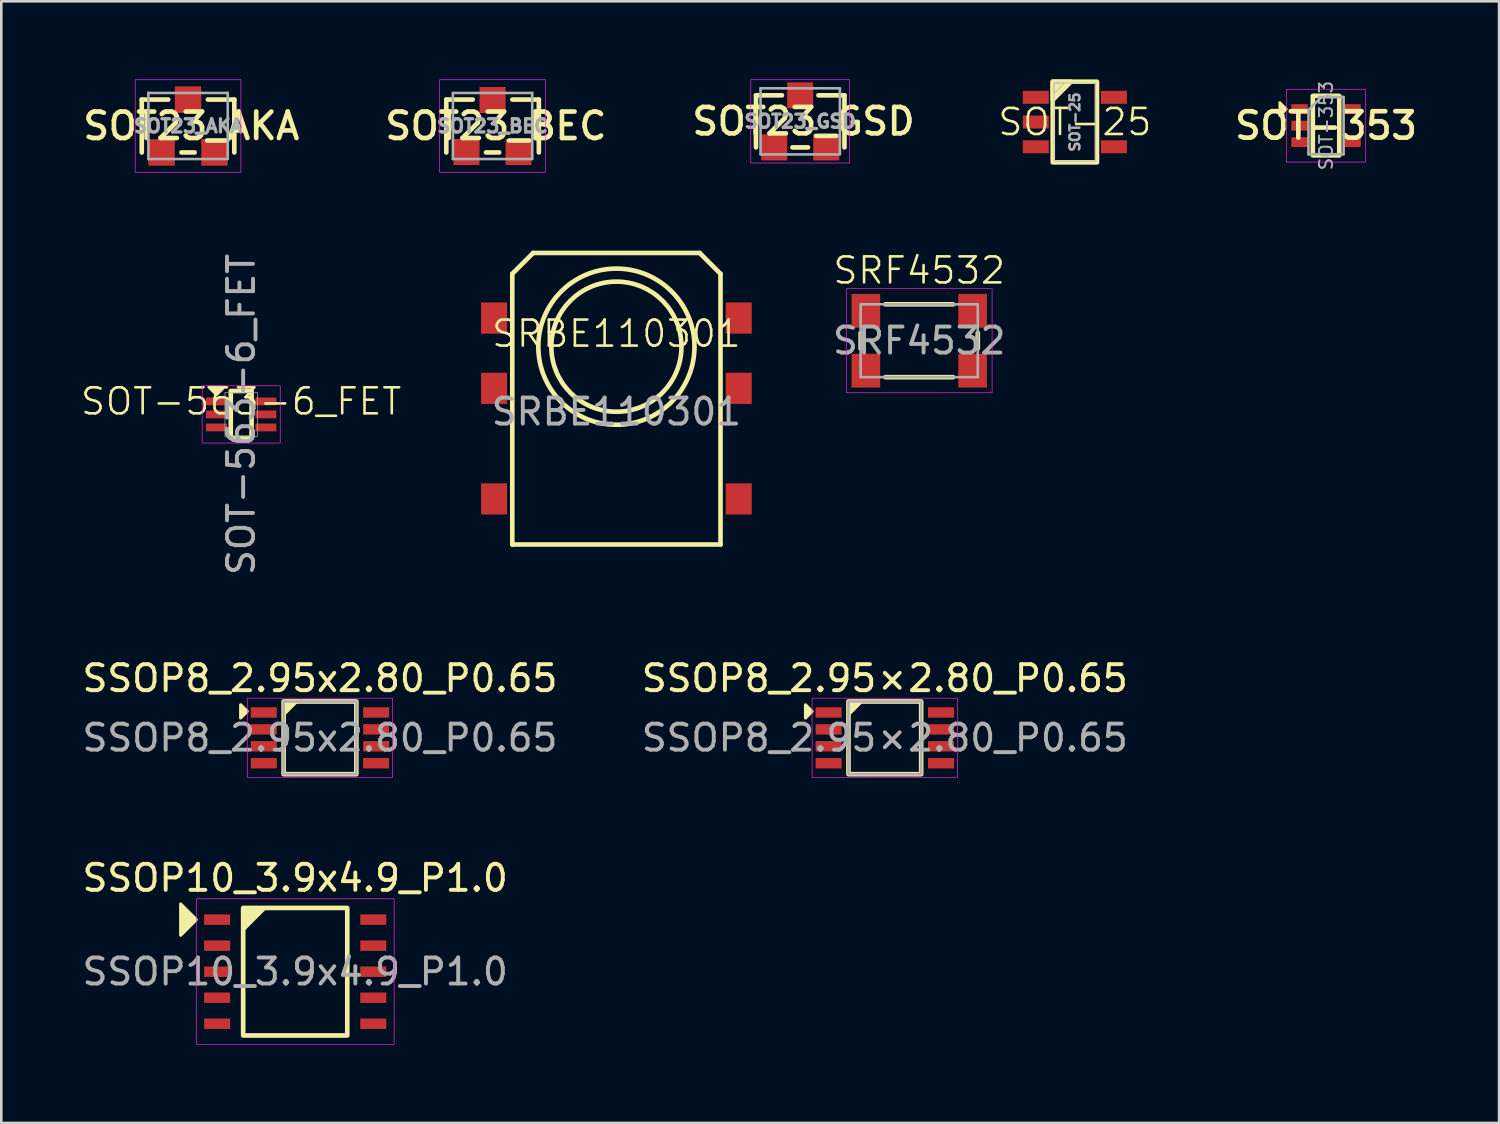
<source format=kicad_pcb>
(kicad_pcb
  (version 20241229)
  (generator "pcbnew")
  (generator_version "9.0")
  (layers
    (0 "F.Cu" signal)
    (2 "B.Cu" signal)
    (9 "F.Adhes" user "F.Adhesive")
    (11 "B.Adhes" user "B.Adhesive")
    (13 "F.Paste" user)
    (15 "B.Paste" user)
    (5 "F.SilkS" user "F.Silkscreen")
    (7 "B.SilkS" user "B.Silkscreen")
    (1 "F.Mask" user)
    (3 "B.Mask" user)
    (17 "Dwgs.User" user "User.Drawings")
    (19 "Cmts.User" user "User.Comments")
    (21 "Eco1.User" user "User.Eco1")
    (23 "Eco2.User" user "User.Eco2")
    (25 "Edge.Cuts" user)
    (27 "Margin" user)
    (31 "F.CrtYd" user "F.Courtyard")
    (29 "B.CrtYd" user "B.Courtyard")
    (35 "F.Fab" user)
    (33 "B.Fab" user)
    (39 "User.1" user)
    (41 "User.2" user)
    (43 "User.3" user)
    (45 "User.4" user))
  (footprint "SSOP8_2.95×2.80_P0.65"
    (layer "F.Cu")
    (at 30.946 25.299)
    (property "Reference" "SSOP8_2.95×2.80_P0.65" (at 0 -2.286 0) (unlocked yes) (layer "F.SilkS") (effects (font (size 1 1) (thickness 0.15))))
    (attr smd)
    (fp_rect (start -1.397 -1.397) (end 1.397 1.397) (stroke (width 0.178) (type solid)) (fill no) (layer "F.SilkS"))
    (fp_poly (pts (xy -2.794 -1.016) (xy -3.048 -0.762) (xy -3.048 -1.27)) (stroke (width 0.12) (type solid)) (fill yes) (layer "F.SilkS"))
    (fp_poly (pts (xy -1.397 -0.889) (xy -1.397 -1.397) (xy -0.889 -1.397)) (stroke (width 0.12) (type solid)) (fill yes) (layer "F.SilkS"))
    (fp_rect (start -2.794 -1.524) (end 2.794 1.524) (stroke (width 0.025) (type solid)) (fill no) (layer "F.CrtYd"))
    (fp_rect (start -1.397 -1.397) (end 1.397 1.397) (stroke (width 0.1) (type solid)) (fill no) (layer "F.Fab"))
    (fp_text user "${REFERENCE}" (at 0 0 0) (unlocked yes) (layer "F.Fab") (effects (font (size 1 1) (thickness 0.15))))
    (pad "1" smd rect (at -2.159 -0.975) (size 1 0.4) (layers "F.Cu" "F.Mask" "F.Paste"))
    (pad "2" smd rect (at -2.159 -0.325) (size 1 0.4) (layers "F.Cu" "F.Mask" "F.Paste"))
    (pad "3" smd rect (at -2.159 0.325) (size 1 0.4) (layers "F.Cu" "F.Mask" "F.Paste"))
    (pad "4" smd rect (at -2.159 0.975) (size 1 0.4) (layers "F.Cu" "F.Mask" "F.Paste"))
    (pad "5" smd rect (at 2.159 0.975) (size 1 0.4) (layers "F.Cu" "F.Mask" "F.Paste"))
    (pad "6" smd rect (at 2.159 0.325) (size 1 0.4) (layers "F.Cu" "F.Mask" "F.Paste"))
    (pad "7" smd rect (at 2.159 -0.325) (size 1 0.4) (layers "F.Cu" "F.Mask" "F.Paste"))
    (pad "8" smd rect (at 2.159 -0.975) (size 1 0.4) (layers "F.Cu" "F.Mask" "F.Paste")))
  (footprint "SOT23_AKA"
    (layer "F.Cu")
    (at 4.175 1.791)
    (property "Reference" "SOT23_AKA" (at 0.127 0 0) (layer "F.SilkS") (effects (font (size 1.016 1.016) (thickness 0.178))))
    (attr smd)
    (fp_line (start -1.778 -1.016) (end -0.762 -1.016) (stroke (width 0.178) (type solid)) (layer "F.SilkS"))
    (fp_line (start -1.778 1.016) (end -1.778 -1.016) (stroke (width 0.178) (type solid)) (layer "F.SilkS"))
    (fp_line (start -0.254 1.016) (end 0.254 1.016) (stroke (width 0.178) (type solid)) (layer "F.SilkS"))
    (fp_line (start 0.762 -1.016) (end 1.778 -1.016) (stroke (width 0.178) (type solid)) (layer "F.SilkS"))
    (fp_line (start 1.778 1.016) (end 1.778 -1.016) (stroke (width 0.178) (type solid)) (layer "F.SilkS"))
    (fp_rect (start -2.032 -1.778) (end 2.032 1.778) (stroke (width 0.025) (type solid)) (fill no) (layer "F.CrtYd"))
    (fp_line (start -1.524 -1.27) (end 1.524 -1.27) (stroke (width 0.1) (type solid)) (layer "F.Fab"))
    (fp_line (start -1.524 1.27) (end -1.524 -1.27) (stroke (width 0.1) (type solid)) (layer "F.Fab"))
    (fp_line (start -1.524 1.27) (end 1.524 1.27) (stroke (width 0.1) (type solid)) (layer "F.Fab"))
    (fp_line (start 1.524 -1.27) (end 1.524 1.25) (stroke (width 0.1) (type solid)) (layer "F.Fab"))
    (fp_text user "${REFERENCE}" (at 0 0 0) (layer "F.Fab") (effects (font (size 0.508 0.508) (thickness 0.127))))
    (pad "A1" smd rect (at -1.016 1.016) (size 1.016 1.016) (layers "F.Cu" "F.Mask" "F.Paste"))
    (pad "A2" smd rect (at 1.016 1.016) (size 1.016 1.016) (layers "F.Cu" "F.Mask" "F.Paste"))
    (pad "K" smd rect (at 0 -1.016) (size 1.016 1.016) (layers "F.Cu" "F.Mask" "F.Paste")))
  (footprint "SOT-563-6_FET"
    (layer "F.Cu")
    (at 6.217 12.873)
    (property "Reference" "SOT-563-6_FET" (at 0 -0.5 0) (unlocked yes) (layer "F.SilkS") (effects (font (size 1 1) (thickness 0.1))))
    (attr smd)
    (fp_rect (start -0.4 -0.9) (end 0.4 0.9) (stroke (width 0.178) (type solid)) (fill no) (layer "F.SilkS"))
    (fp_poly (pts (xy -0.95 -0.75) (xy -1.25 -1.05) (xy -0.65 -1.05)) (stroke (width 0.1) (type solid)) (fill yes) (layer "F.SilkS"))
    (fp_rect (start -1.5 -1.1) (end 1.5 1.1) (stroke (width 0.025) (type solid)) (fill no) (layer "F.CrtYd"))
    (fp_rect (start -0.625 -0.85) (end 0.625 0.85) (stroke (width 0.025) (type solid)) (fill no) (layer "F.Fab"))
    (fp_text user "${REFERENCE}" (at 0 0 90) (unlocked yes) (layer "F.Fab") (effects (font (size 1 1) (thickness 0.15))))
    (pad "D1" smd rect (at 0.95 -0.5) (size 0.8 0.3) (layers "F.Cu" "F.Mask" "F.Paste"))
    (pad "D2" smd rect (at -0.95 0.5) (size 0.8 0.3) (layers "F.Cu" "F.Mask" "F.Paste"))
    (pad "G1" smd rect (at -0.95 0) (size 0.8 0.3) (layers "F.Cu" "F.Mask" "F.Paste"))
    (pad "G2" smd rect (at 0.95 0) (size 0.8 0.3) (layers "F.Cu" "F.Mask" "F.Paste"))
    (pad "S1" smd rect (at -0.95 -0.5) (size 0.8 0.3) (layers "F.Cu" "F.Mask" "F.Paste"))
    (pad "S2" smd rect (at 0.95 0.5) (size 0.8 0.3) (layers "F.Cu" "F.Mask" "F.Paste")))
  (footprint "SOT23_BEC"
    (layer "F.Cu")
    (at 15.875 1.791)
    (property "Reference" "SOT23_BEC" (at 0.127 0 0) (layer "F.SilkS") (effects (font (size 1.016 1.016) (thickness 0.178))))
    (attr smd)
    (fp_line (start -1.778 -1.016) (end -0.762 -1.016) (stroke (width 0.178) (type solid)) (layer "F.SilkS"))
    (fp_line (start -1.778 1.016) (end -1.778 -1.016) (stroke (width 0.178) (type solid)) (layer "F.SilkS"))
    (fp_line (start -0.254 1.016) (end 0.254 1.016) (stroke (width 0.178) (type solid)) (layer "F.SilkS"))
    (fp_line (start 0.762 -1.016) (end 1.778 -1.016) (stroke (width 0.178) (type solid)) (layer "F.SilkS"))
    (fp_line (start 1.778 1.016) (end 1.778 -1.016) (stroke (width 0.178) (type solid)) (layer "F.SilkS"))
    (fp_rect (start -2.032 -1.778) (end 2.032 1.778) (stroke (width 0.025) (type solid)) (fill no) (layer "F.CrtYd"))
    (fp_line (start -1.524 -1.27) (end 1.524 -1.27) (stroke (width 0.1) (type solid)) (layer "F.Fab"))
    (fp_line (start -1.524 1.27) (end -1.524 -1.27) (stroke (width 0.1) (type solid)) (layer "F.Fab"))
    (fp_line (start -1.524 1.27) (end 1.524 1.27) (stroke (width 0.1) (type solid)) (layer "F.Fab"))
    (fp_line (start 1.524 -1.27) (end 1.524 1.25) (stroke (width 0.1) (type solid)) (layer "F.Fab"))
    (fp_text user "${REFERENCE}" (at 0 0 0) (layer "F.Fab") (effects (font (size 0.508 0.508) (thickness 0.127))))
    (pad "B" smd rect (at -1 1) (size 1 1) (layers "F.Cu" "F.Mask" "F.Paste"))
    (pad "C" smd rect (at 0 -1) (size 1 1) (layers "F.Cu" "F.Mask" "F.Paste"))
    (pad "E" smd rect (at 1 1) (size 1 1) (layers "F.Cu" "F.Mask" "F.Paste")))
  (footprint "SSOP8_2.95x2.80_P0.65"
    (layer "F.Cu")
    (at 9.244 25.299)
    (property "Reference" "SSOP8_2.95x2.80_P0.65" (at 0 -2.286 0) (unlocked yes) (layer "F.SilkS") (effects (font (size 1 1) (thickness 0.15))))
    (attr smd)
    (fp_rect (start -1.397 -1.397) (end 1.397 1.397) (stroke (width 0.178) (type solid)) (fill no) (layer "F.SilkS"))
    (fp_poly (pts (xy -2.794 -1.016) (xy -3.048 -0.762) (xy -3.048 -1.27)) (stroke (width 0.12) (type solid)) (fill yes) (layer "F.SilkS"))
    (fp_poly (pts (xy -1.397 -0.889) (xy -1.397 -1.397) (xy -0.889 -1.397)) (stroke (width 0.12) (type solid)) (fill yes) (layer "F.SilkS"))
    (fp_rect (start -2.794 -1.524) (end 2.794 1.524) (stroke (width 0.025) (type solid)) (fill no) (layer "F.CrtYd"))
    (fp_rect (start -1.397 -1.397) (end 1.397 1.397) (stroke (width 0.1) (type solid)) (fill no) (layer "F.Fab"))
    (fp_text user "${REFERENCE}" (at 0 0 0) (unlocked yes) (layer "F.Fab") (effects (font (size 1 1) (thickness 0.15))))
    (pad "1" smd rect (at -2.159 -0.975) (size 1 0.4) (layers "F.Cu" "F.Mask" "F.Paste"))
    (pad "2" smd rect (at -2.159 -0.325) (size 1 0.4) (layers "F.Cu" "F.Mask" "F.Paste"))
    (pad "3" smd rect (at -2.159 0.325) (size 1 0.4) (layers "F.Cu" "F.Mask" "F.Paste"))
    (pad "4" smd rect (at -2.159 0.975) (size 1 0.4) (layers "F.Cu" "F.Mask" "F.Paste"))
    (pad "5" smd rect (at 2.159 0.975) (size 1 0.4) (layers "F.Cu" "F.Mask" "F.Paste"))
    (pad "6" smd rect (at 2.159 0.325) (size 1 0.4) (layers "F.Cu" "F.Mask" "F.Paste"))
    (pad "7" smd rect (at 2.159 -0.325) (size 1 0.4) (layers "F.Cu" "F.Mask" "F.Paste"))
    (pad "8" smd rect (at 2.159 -0.975) (size 1 0.4) (layers "F.Cu" "F.Mask" "F.Paste")))
  (footprint "SRBE110301"
    (layer "F.Cu")
    (at 20.633 10.27)
    (property "Reference" "SRBE110301" (at 0 -0.5 0) (unlocked yes) (layer "F.SilkS") (effects (font (size 1 1) (thickness 0.1))))
    (attr smd)
    (fp_line (start -4 -2.8) (end -3.2 -3.6) (stroke (width 0.178) (type default)) (layer "F.SilkS"))
    (fp_line (start -4 7.6) (end -4 -2.8) (stroke (width 0.178) (type default)) (layer "F.SilkS"))
    (fp_line (start -3.2 -3.6) (end 3.2 -3.6) (stroke (width 0.178) (type default)) (layer "F.SilkS"))
    (fp_line (start 3.2 -3.6) (end 4 -2.8) (stroke (width 0.178) (type default)) (layer "F.SilkS"))
    (fp_line (start 4 -2.8) (end 4 7.6) (stroke (width 0.178) (type default)) (layer "F.SilkS"))
    (fp_line (start 4 7.6) (end -4 7.6) (stroke (width 0.178) (type default)) (layer "F.SilkS"))
    (fp_circle (center 0 0) (end 2.5 0) (stroke (width 0.178) (type default)) (fill no) (layer "F.SilkS"))
    (fp_circle (center 0 0) (end 3 0) (stroke (width 0.178) (type default)) (fill no) (layer "F.SilkS"))
    (fp_text user "${REFERENCE}" (at 0 2.5 0) (unlocked yes) (layer "F.Fab") (effects (font (size 1 1) (thickness 0.15))))
    (pad "1" smd rect (at -4.7 1.6) (size 1 1.2) (layers "F.Cu" "F.Mask" "F.Paste"))
    (pad "2" smd rect (at -4.7 5.85) (size 1 1.2) (layers "F.Cu" "F.Mask" "F.Paste"))
    (pad "3" smd rect (at 4.7 5.85) (size 1 1.2) (layers "F.Cu" "F.Mask" "F.Paste"))
    (pad "4" smd rect (at 4.7 1.6) (size 1 1.2) (layers "F.Cu" "F.Mask" "F.Paste"))
    (pad "5" smd rect (at 4.7 -1.1) (size 1 1.2) (layers "F.Cu" "F.Mask" "F.Paste"))
    (pad "6" smd rect (at -4.7 -1.1) (size 1 1.2) (layers "F.Cu" "F.Mask" "F.Paste")))
  (footprint "SOT-353"
    (layer "F.Cu")
    (at 47.899 1.777)
    (property "Reference" "SOT-353" (at 0 0 0) (layer "F.SilkS") (effects (font (size 1.016 1.016) (thickness 0.178))))
    (attr smd)
    (fp_rect (start -0.508 -1.143) (end 0.508 1.143) (stroke (width 0.178) (type solid)) (fill no) (layer "F.SilkS"))
    (fp_poly (pts (xy -1.524 -0.635) (xy -1.778 -0.381) (xy -1.778 -0.889)) (stroke (width 0.1) (type solid)) (fill yes) (layer "F.SilkS"))
    (fp_rect (start -1.524 -1.397) (end 1.524 1.4) (stroke (width 0.025) (type solid)) (fill no) (layer "F.CrtYd"))
    (fp_line (start -0.675 -0.6) (end -0.675 1.1) (stroke (width 0.1) (type solid)) (layer "F.Fab"))
    (fp_line (start -0.175 -1.1) (end -0.675 -0.6) (stroke (width 0.1) (type solid)) (layer "F.Fab"))
    (fp_line (start 0.675 -1.1) (end -0.175 -1.1) (stroke (width 0.1) (type solid)) (layer "F.Fab"))
    (fp_line (start 0.675 -1.1) (end 0.675 1.1) (stroke (width 0.1) (type solid)) (layer "F.Fab"))
    (fp_line (start 0.675 1.1) (end -0.675 1.1) (stroke (width 0.1) (type solid)) (layer "F.Fab"))
    (fp_text user "${REFERENCE}" (at 0 0 90) (layer "F.Fab") (effects (font (size 0.5 0.5) (thickness 0.075))))
    (pad "1" smd rect (at -1.016 -0.635) (size 0.635 0.381) (layers "F.Cu" "F.Mask" "F.Paste"))
    (pad "2" smd rect (at -1.016 0) (size 0.635 0.381) (layers "F.Cu" "F.Mask" "F.Paste"))
    (pad "3" smd rect (at -1.016 0.635) (size 0.635 0.381) (layers "F.Cu" "F.Mask" "F.Paste"))
    (pad "4" smd rect (at 1.016 0.635) (size 0.635 0.381) (layers "F.Cu" "F.Mask" "F.Paste"))
    (pad "5" smd rect (at 1.016 -0.635) (size 0.635 0.381) (layers "F.Cu" "F.Mask" "F.Paste")))
  (footprint "SOT23_GSD"
    (layer "F.Cu")
    (at 27.696 1.613)
    (property "Reference" "SOT23_GSD" (at 0.127 0 0) (layer "F.SilkS") (effects (font (size 1.016 1.016) (thickness 0.178))))
    (attr smd)
    (fp_line (start -1.7 -1) (end -0.7 -1) (stroke (width 0.178) (type solid)) (layer "F.SilkS"))
    (fp_line (start -1.7 1) (end -1.7 -1) (stroke (width 0.178) (type solid)) (layer "F.SilkS"))
    (fp_line (start -0.3 1) (end 0.3 1) (stroke (width 0.178) (type solid)) (layer "F.SilkS"))
    (fp_line (start 0.7 -1) (end 1.7 -1) (stroke (width 0.178) (type solid)) (layer "F.SilkS"))
    (fp_line (start 1.7 1) (end 1.7 -1) (stroke (width 0.178) (type solid)) (layer "F.SilkS"))
    (fp_rect (start -1.9 -1.6) (end 1.9 1.6) (stroke (width 0.025) (type solid)) (fill no) (layer "F.CrtYd"))
    (fp_line (start -1.524 -1.27) (end 1.524 -1.27) (stroke (width 0.1) (type solid)) (layer "F.Fab"))
    (fp_line (start -1.524 1.27) (end -1.524 -1.27) (stroke (width 0.1) (type solid)) (layer "F.Fab"))
    (fp_line (start -1.524 1.27) (end 1.524 1.27) (stroke (width 0.1) (type solid)) (layer "F.Fab"))
    (fp_line (start 1.524 -1.27) (end 1.524 1.25) (stroke (width 0.1) (type solid)) (layer "F.Fab"))
    (fp_text user "${REFERENCE}" (at 0 0 0) (layer "F.Fab") (effects (font (size 0.508 0.508) (thickness 0.127))))
    (pad "D" smd rect (at 0 -1) (size 1 1) (layers "F.Cu" "F.Mask" "F.Paste"))
    (pad "G" smd rect (at -1 1) (size 1 1) (layers "F.Cu" "F.Mask" "F.Paste"))
    (pad "S" smd rect (at 1 1) (size 1 1) (layers "F.Cu" "F.Mask" "F.Paste")))
  (footprint "SSOP10_3.9x4.9_P1.0"
    (layer "F.Cu")
    (at 8.292 34.284)
    (property "Reference" "SSOP10_3.9x4.9_P1.0" (at 0 -3.6 0) (unlocked yes) (layer "F.SilkS") (effects (font (size 1 1) (thickness 0.15))))
    (attr smd)
    (fp_rect (start -2 -2.45) (end 2 2.45) (stroke (width 0.178) (type solid)) (fill no) (layer "F.SilkS"))
    (fp_poly (pts (xy -3.8 -2) (xy -4.4 -1.4) (xy -4.4 -2.6)) (stroke (width 0.12) (type solid)) (fill yes) (layer "F.SilkS"))
    (fp_poly (pts (xy -1.2 -2.4) (xy -2 -1.6) (xy -2 -2.45) (xy -1.2 -2.45)) (stroke (width 0.12) (type solid)) (fill yes) (layer "F.SilkS"))
    (fp_rect (start -3.8 -2.8) (end 3.8 2.8) (stroke (width 0.025) (type solid)) (fill no) (layer "F.CrtYd"))
    (fp_text user "${REFERENCE}" (at 0 0 0) (unlocked yes) (layer "F.Fab") (effects (font (size 1 1) (thickness 0.15))))
    (pad "1" smd rect (at -3 -2) (size 1 0.4) (layers "F.Cu" "F.Mask" "F.Paste"))
    (pad "2" smd rect (at -3 -1) (size 1 0.4) (layers "F.Cu" "F.Mask" "F.Paste"))
    (pad "3" smd rect (at -3 0) (size 1 0.4) (layers "F.Cu" "F.Mask" "F.Paste"))
    (pad "4" smd rect (at -3 1) (size 1 0.4) (layers "F.Cu" "F.Mask" "F.Paste"))
    (pad "5" smd rect (at -3 2) (size 1 0.4) (layers "F.Cu" "F.Mask" "F.Paste"))
    (pad "6" smd rect (at 3 2) (size 1 0.4) (layers "F.Cu" "F.Mask" "F.Paste"))
    (pad "7" smd rect (at 3 1) (size 1 0.4) (layers "F.Cu" "F.Mask" "F.Paste"))
    (pad "8" smd rect (at 3 0) (size 1 0.4) (layers "F.Cu" "F.Mask" "F.Paste"))
    (pad "9" smd rect (at 3 -1) (size 1 0.4) (layers "F.Cu" "F.Mask" "F.Paste"))
    (pad "10" smd rect (at 3 -2) (size 1 0.4) (layers "F.Cu" "F.Mask" "F.Paste")))
  (footprint "SOT-25"
    (layer "F.Cu")
    (at 38.248 1.639)
    (property "Reference" "SOT-25" (at 0 0 0) (unlocked yes) (layer "F.SilkS") (effects (font (size 1 1) (thickness 0.1))))
    (attr smd)
    (fp_rect (start -0.85 1.55) (end 0.85 -1.55) (stroke (width 0.178) (type default)) (fill no) (layer "F.SilkS"))
    (fp_poly (pts (xy -0.85 -1.55) (xy -0.85 -0.85) (xy -0.15 -1.55)) (stroke (width 0.178) (type solid)) (fill yes) (layer "F.SilkS"))
    (fp_rect (start -0.8 -1.5) (end 0.8 1.5) (stroke (width 0.025) (type solid)) (fill no) (layer "F.Fab"))
    (fp_poly (pts (xy -0.8 -1.5) (xy -0.8 -1.1) (xy -0.4 -1.5)) (stroke (width 0.025) (type solid)) (fill no) (layer "F.Fab"))
    (fp_text user "${REFERENCE}" (at 0 0 90) (unlocked yes) (layer "F.Fab") (effects (font (size 0.381 0.381) (thickness 0.095))))
    (pad "1" smd rect (at -1.5 -0.95) (size 1 0.5) (layers "F.Cu" "F.Mask" "F.Paste"))
    (pad "2" smd rect (at -1.5 0) (size 1 0.5) (layers "F.Cu" "F.Mask" "F.Paste"))
    (pad "3" smd rect (at -1.5 0.95) (size 1 0.5) (layers "F.Cu" "F.Mask" "F.Paste"))
    (pad "4" smd rect (at 1.5 0.95) (size 1 0.5) (layers "F.Cu" "F.Mask" "F.Paste"))
    (pad "5" smd rect (at 1.5 -0.95) (size 1 0.5) (layers "F.Cu" "F.Mask" "F.Paste")))
  (footprint "SRF4532"
    (layer "F.Cu")
    (at 32.268 10.042)
    (property "Reference" "SRF4532" (at 0 -2.7 0) (unlocked yes) (layer "F.SilkS") (effects (font (size 1 1) (thickness 0.1))))
    (attr smd)
    (fp_line (start -2.25 -0.3) (end -2.25 0.3) (stroke (width 0.178) (type default)) (layer "F.SilkS"))
    (fp_line (start -1.3 1.4) (end 1.3 1.4) (stroke (width 0.178) (type default)) (layer "F.SilkS"))
    (fp_line (start 1.3 -1.4) (end -1.3 -1.4) (stroke (width 0.178) (type default)) (layer "F.SilkS"))
    (fp_line (start 2.25 0.3) (end 2.25 -0.3) (stroke (width 0.178) (type default)) (layer "F.SilkS"))
    (fp_rect (start -2.8 -2) (end 2.8 2) (stroke (width 0.025) (type default)) (fill no) (layer "F.CrtYd"))
    (fp_rect (start -2.25 -1.4) (end 2.25 1.4) (stroke (width 0.1) (type default)) (fill no) (layer "F.Fab"))
    (fp_text user "${REFERENCE}" (at 0 0 0) (unlocked yes) (layer "F.Fab") (effects (font (size 1 1) (thickness 0.15))))
    (pad "1" smd rect (at -2.05 -1.15) (size 1.1 1.3) (layers "F.Cu" "F.Mask" "F.Paste"))
    (pad "2" smd rect (at 2.05 -1.15) (size 1.1 1.3) (layers "F.Cu" "F.Mask" "F.Paste"))
    (pad "3" smd rect (at 2.05 1.15) (size 1.1 1.3) (layers "F.Cu" "F.Mask" "F.Paste"))
    (pad "4" smd rect (at -2.05 1.15) (size 1.1 1.3) (layers "F.Cu" "F.Mask" "F.Paste")))
  (gr_rect
    (start -3 -3)
    (end 54.547 40.097)
    (stroke (width 0.1) (type default))
    (fill no)
    (layer "Edge.Cuts")))
</source>
